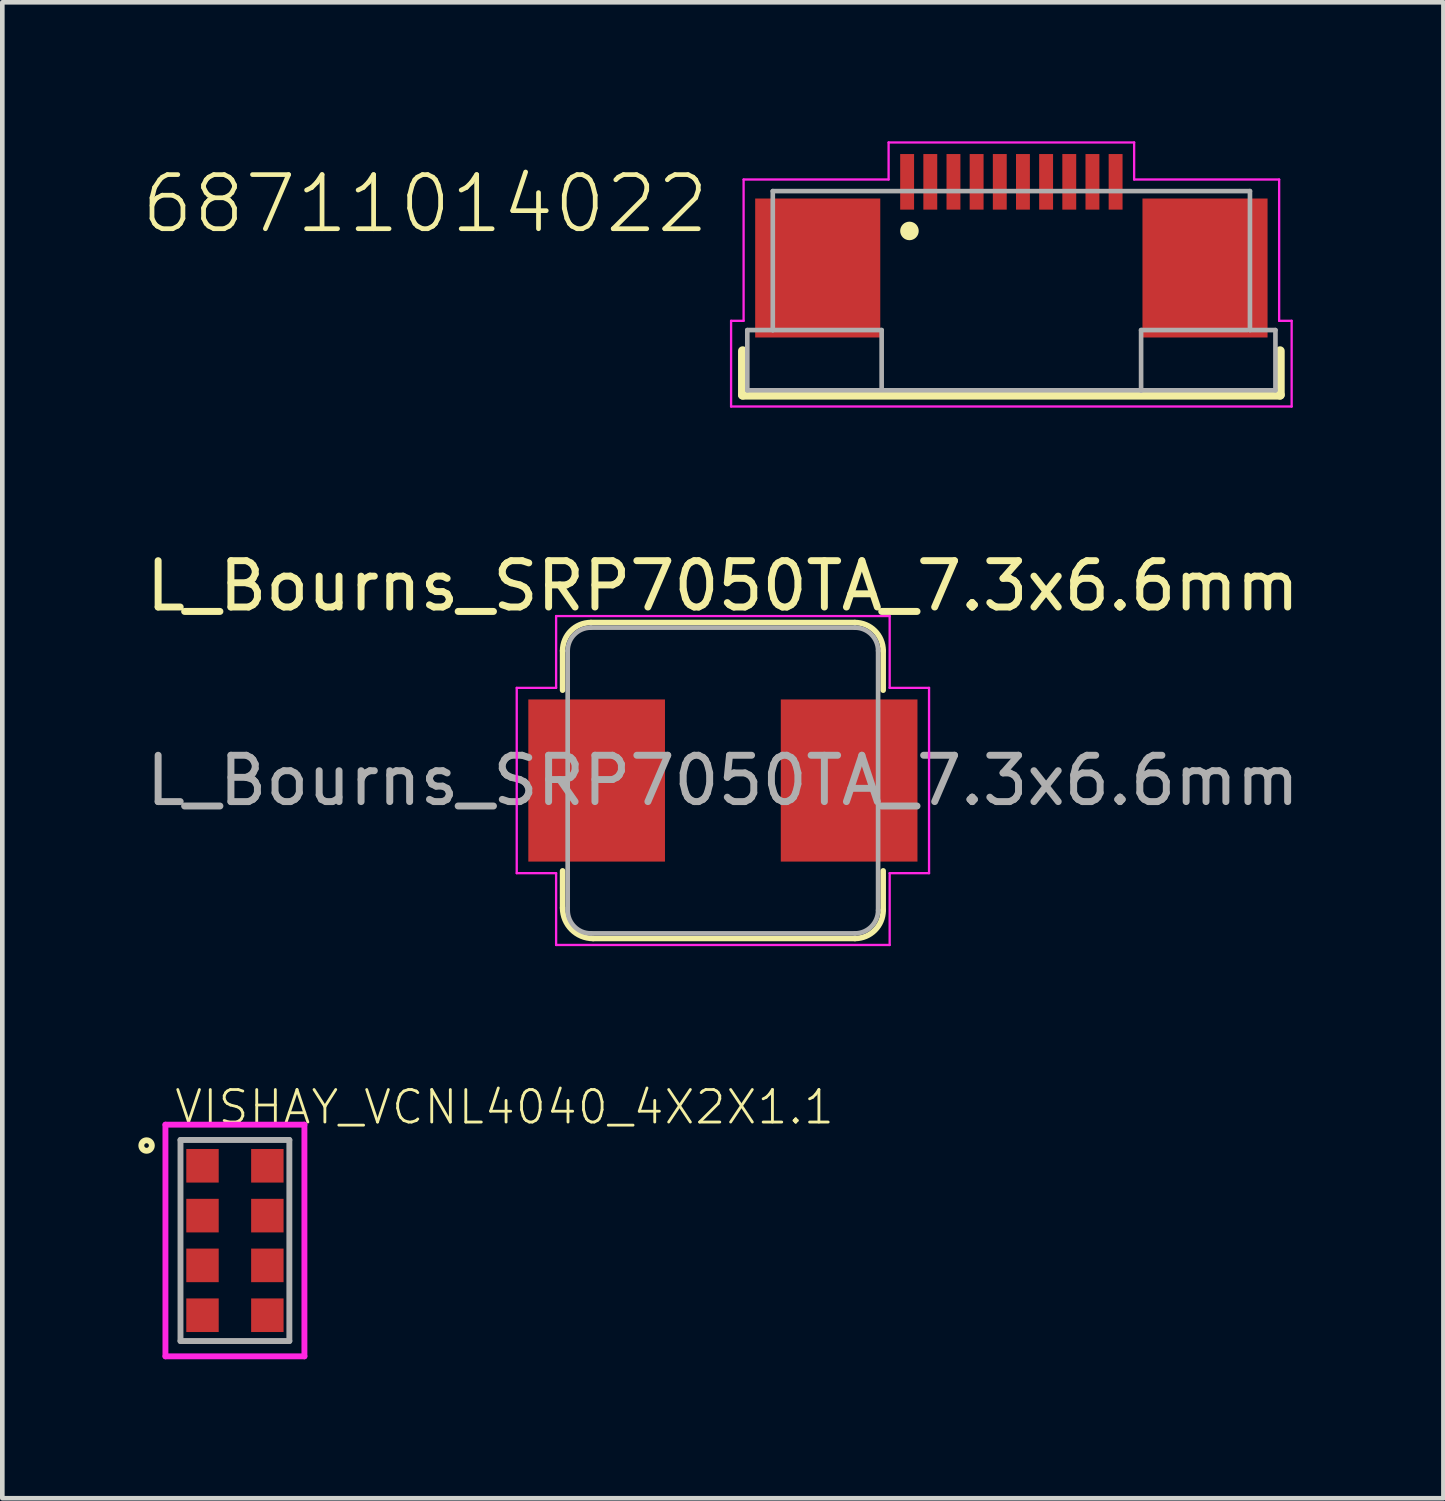
<source format=kicad_pcb>
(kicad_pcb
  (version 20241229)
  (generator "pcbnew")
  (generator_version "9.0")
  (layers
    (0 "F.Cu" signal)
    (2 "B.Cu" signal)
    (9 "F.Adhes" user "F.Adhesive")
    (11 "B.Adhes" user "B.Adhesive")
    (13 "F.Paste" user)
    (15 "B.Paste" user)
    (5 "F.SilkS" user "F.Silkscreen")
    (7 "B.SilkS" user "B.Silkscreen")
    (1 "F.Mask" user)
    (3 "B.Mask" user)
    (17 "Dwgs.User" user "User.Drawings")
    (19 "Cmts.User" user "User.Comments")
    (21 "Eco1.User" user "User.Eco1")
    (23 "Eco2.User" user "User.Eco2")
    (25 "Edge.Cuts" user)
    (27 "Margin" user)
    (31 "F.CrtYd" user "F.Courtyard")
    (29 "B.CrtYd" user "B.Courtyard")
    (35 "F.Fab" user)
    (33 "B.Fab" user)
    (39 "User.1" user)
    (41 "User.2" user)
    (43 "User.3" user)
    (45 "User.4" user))
  (footprint "VISHAY_VCNL4040_4X2X1.1"
    (layer "F.Cu")
    (at 2.021 23.727)
    (property "Reference" "VISHAY_VCNL4040_4X2X1.1" (at -1.341 -2.468 0) (unlocked yes) (layer "F.SilkS") (effects (font (size 0.702 0.702) (thickness 0.061)) (justify left bottom)))
    (fp_circle (center -1.907 -2.05) (end -1.857 -2.05) (stroke (width 0.127) (type solid)) (fill no) (layer "F.SilkS"))
    (fp_line (start -1.5 -2.5) (end 1.5 -2.5) (stroke (width 0.127) (type solid)) (layer "F.CrtYd"))
    (fp_line (start -1.5 2.5) (end -1.5 -2.5) (stroke (width 0.127) (type solid)) (layer "F.CrtYd"))
    (fp_line (start 1.5 -2.5) (end 1.5 2.5) (stroke (width 0.127) (type solid)) (layer "F.CrtYd"))
    (fp_line (start 1.5 2.5) (end -1.5 2.5) (stroke (width 0.127) (type solid)) (layer "F.CrtYd"))
    (fp_line (start -1.175 -2.17) (end 1.175 -2.17) (stroke (width 0.127) (type solid)) (layer "F.Fab"))
    (fp_line (start -1.175 2.17) (end -1.175 -2.17) (stroke (width 0.127) (type solid)) (layer "F.Fab"))
    (fp_line (start 1.175 -2.17) (end 1.175 2.17) (stroke (width 0.127) (type solid)) (layer "F.Fab"))
    (fp_line (start 1.175 2.17) (end -1.175 2.17) (stroke (width 0.127) (type solid)) (layer "F.Fab"))
    (pad "1" smd rect (at -0.7 -1.613) (size 0.7 0.725) (layers "F.Cu" "F.Mask" "F.Paste"))
    (pad "2" smd rect (at -0.7 -0.537) (size 0.7 0.725) (layers "F.Cu" "F.Mask" "F.Paste"))
    (pad "3" smd rect (at -0.7 0.537) (size 0.7 0.725) (layers "F.Cu" "F.Mask" "F.Paste"))
    (pad "4" smd rect (at -0.7 1.613) (size 0.7 0.725) (layers "F.Cu" "F.Mask" "F.Paste"))
    (pad "5" smd rect (at 0.7 1.613) (size 0.7 0.725) (layers "F.Cu" "F.Mask" "F.Paste"))
    (pad "6" smd rect (at 0.7 0.537) (size 0.7 0.725) (layers "F.Cu" "F.Mask" "F.Paste"))
    (pad "7" smd rect (at 0.7 -0.537) (size 0.7 0.725) (layers "F.Cu" "F.Mask" "F.Paste"))
    (pad "8" smd rect (at 0.7 -1.613) (size 0.7 0.725) (layers "F.Cu" "F.Mask" "F.Paste")))
  (footprint "L_Bourns_SRP7050TA_7.3x6.6mm"
    (layer "F.Cu")
    (at 12.554 13.798)
    (property "Reference" "L_Bourns_SRP7050TA_7.3x6.6mm" (at 0 -4.2 0) (layer "F.SilkS") (effects (font (size 1 1) (thickness 0.15))))
    (attr smd)
    (fp_line (start -3.46 -1.95) (end -3.46 -2.8) (stroke (width 0.12) (type solid)) (layer "F.SilkS"))
    (fp_line (start -3.46 2.75) (end -3.46 1.95) (stroke (width 0.12) (type solid)) (layer "F.SilkS"))
    (fp_line (start -2.85 -3.41) (end 2.85 -3.41) (stroke (width 0.12) (type solid)) (layer "F.SilkS"))
    (fp_line (start 2.85 3.41) (end -2.8 3.41) (stroke (width 0.12) (type solid)) (layer "F.SilkS"))
    (fp_line (start 3.46 -2.8) (end 3.46 -1.95) (stroke (width 0.12) (type solid)) (layer "F.SilkS"))
    (fp_line (start 3.46 1.95) (end 3.46 2.8) (stroke (width 0.12) (type solid)) (layer "F.SilkS"))
    (fp_arc (start -3.46 -2.8) (mid -3.281335 -3.231335) (end -2.85 -3.41) (stroke (width 0.12) (type solid)) (layer "F.SilkS"))
    (fp_arc (start -2.8 3.41) (mid -3.26669 3.21669) (end -3.46 2.75) (stroke (width 0.12) (type solid)) (layer "F.SilkS"))
    (fp_arc (start 2.85 -3.41) (mid 3.281335 -3.231335) (end 3.46 -2.8) (stroke (width 0.12) (type solid)) (layer "F.SilkS"))
    (fp_arc (start 3.46 2.8) (mid 3.281335 3.231335) (end 2.85 3.41) (stroke (width 0.12) (type solid)) (layer "F.SilkS"))
    (fp_line (start -4.45 -2) (end -3.6 -2) (stroke (width 0.05) (type solid)) (layer "F.CrtYd"))
    (fp_line (start -4.45 2) (end -4.45 -2) (stroke (width 0.05) (type solid)) (layer "F.CrtYd"))
    (fp_line (start -3.6 -3.55) (end 3.6 -3.55) (stroke (width 0.05) (type solid)) (layer "F.CrtYd"))
    (fp_line (start -3.6 -2) (end -3.6 -3.55) (stroke (width 0.05) (type solid)) (layer "F.CrtYd"))
    (fp_line (start -3.6 2) (end -4.45 2) (stroke (width 0.05) (type solid)) (layer "F.CrtYd"))
    (fp_line (start -3.6 3.55) (end -3.6 2) (stroke (width 0.05) (type solid)) (layer "F.CrtYd"))
    (fp_line (start 3.6 -3.55) (end 3.6 -2) (stroke (width 0.05) (type solid)) (layer "F.CrtYd"))
    (fp_line (start 3.6 -2) (end 4.45 -2) (stroke (width 0.05) (type solid)) (layer "F.CrtYd"))
    (fp_line (start 3.6 2) (end 3.6 3.55) (stroke (width 0.05) (type solid)) (layer "F.CrtYd"))
    (fp_line (start 3.6 3.55) (end -3.6 3.55) (stroke (width 0.05) (type solid)) (layer "F.CrtYd"))
    (fp_line (start 4.45 -2) (end 4.45 2) (stroke (width 0.05) (type solid)) (layer "F.CrtYd"))
    (fp_line (start 4.45 2) (end 3.6 2) (stroke (width 0.05) (type solid)) (layer "F.CrtYd"))
    (fp_line (start -3.35 2.8) (end -3.35 -2.8) (stroke (width 0.1) (type solid)) (layer "F.Fab"))
    (fp_line (start -2.85 -3.3) (end 2.85 -3.3) (stroke (width 0.1) (type solid)) (layer "F.Fab"))
    (fp_line (start 2.85 3.3) (end -2.85 3.3) (stroke (width 0.1) (type solid)) (layer "F.Fab"))
    (fp_line (start 3.35 -2.8) (end 3.35 2.8) (stroke (width 0.1) (type solid)) (layer "F.Fab"))
    (fp_arc (start -3.35 -2.8) (mid -3.203553 -3.153553) (end -2.85 -3.3) (stroke (width 0.1) (type solid)) (layer "F.Fab"))
    (fp_arc (start -2.85 3.3) (mid -3.203553 3.153553) (end -3.35 2.8) (stroke (width 0.1) (type solid)) (layer "F.Fab"))
    (fp_arc (start 2.85 -3.3) (mid 3.203553 -3.153553) (end 3.35 -2.8) (stroke (width 0.1) (type solid)) (layer "F.Fab"))
    (fp_arc (start 3.35 2.8) (mid 3.203553 3.153553) (end 2.85 3.3) (stroke (width 0.1) (type solid)) (layer "F.Fab"))
    (fp_text user "${REFERENCE}" (at 0 0 0) (layer "F.Fab") (effects (font (size 1 1) (thickness 0.15))))
    (pad "1" smd rect (at -2.725 0) (size 2.95 3.5) (layers "F.Cu" "F.Mask" "F.Paste"))
    (pad "2" smd rect (at 2.725 0) (size 2.95 3.5) (layers "F.Cu" "F.Mask" "F.Paste")))
  (footprint "68711014022"
    (layer "F.Cu")
    (at 18.781 3.225)
    (property "Reference" "68711014022" (at -6.469 -1.19 0) (unlocked yes) (layer "F.SilkS") (effects (font (size 1.168 1.168) (thickness 0.102)) (justify right bottom)))
    (fp_line (start -5.8 1.3) (end -5.8 2.25) (stroke (width 0.2) (type solid)) (layer "F.SilkS"))
    (fp_line (start -5.8 2.25) (end 5.8 2.25) (stroke (width 0.2) (type solid)) (layer "F.SilkS"))
    (fp_line (start 5.8 2.25) (end 5.8 1.3) (stroke (width 0.2) (type solid)) (layer "F.SilkS"))
    (fp_circle (center -2.2 -1.29) (end -2.1 -1.29) (stroke (width 0.2) (type solid)) (fill no) (layer "F.SilkS"))
    (fp_line (start -6.05 0.65) (end -5.78 0.65) (stroke (width 0.05) (type default)) (layer "F.CrtYd"))
    (fp_line (start -6.05 2.5) (end -6.05 0.65) (stroke (width 0.05) (type default)) (layer "F.CrtYd"))
    (fp_line (start -5.78 -2.4) (end -2.65 -2.4) (stroke (width 0.05) (type default)) (layer "F.CrtYd"))
    (fp_line (start -5.78 0.65) (end -5.78 -2.4) (stroke (width 0.05) (type default)) (layer "F.CrtYd"))
    (fp_line (start -2.65 -3.2) (end 2.65 -3.2) (stroke (width 0.05) (type default)) (layer "F.CrtYd"))
    (fp_line (start -2.65 -2.4) (end -2.65 -3.2) (stroke (width 0.05) (type default)) (layer "F.CrtYd"))
    (fp_line (start 2.65 -2.4) (end 2.65 -3.2) (stroke (width 0.05) (type default)) (layer "F.CrtYd"))
    (fp_line (start 2.65 -2.4) (end 5.78 -2.4) (stroke (width 0.05) (type default)) (layer "F.CrtYd"))
    (fp_line (start 5.78 0.65) (end 5.78 -2.4) (stroke (width 0.05) (type default)) (layer "F.CrtYd"))
    (fp_line (start 6.05 0.65) (end 5.78 0.65) (stroke (width 0.05) (type default)) (layer "F.CrtYd"))
    (fp_line (start 6.05 0.65) (end 6.05 2.5) (stroke (width 0.05) (type default)) (layer "F.CrtYd"))
    (fp_line (start 6.05 2.5) (end -6.05 2.5) (stroke (width 0.05) (type default)) (layer "F.CrtYd"))
    (fp_line (start -5.7 2.15) (end -5.7 0.85) (stroke (width 0.1) (type solid)) (layer "F.Fab"))
    (fp_line (start -5.7 2.15) (end 2.8 2.15) (stroke (width 0.1) (type solid)) (layer "F.Fab"))
    (fp_line (start -5.15 -2.15) (end -5.15 0.85) (stroke (width 0.1) (type solid)) (layer "F.Fab"))
    (fp_line (start -5.15 -2.15) (end 5.15 -2.15) (stroke (width 0.1) (type solid)) (layer "F.Fab"))
    (fp_line (start -5.15 0.85) (end -5.7 0.85) (stroke (width 0.1) (type solid)) (layer "F.Fab"))
    (fp_line (start -5.15 0.85) (end -2.8 0.85) (stroke (width 0.1) (type solid)) (layer "F.Fab"))
    (fp_line (start -2.8 0.85) (end -2.8 2.1) (stroke (width 0.1) (type solid)) (layer "F.Fab"))
    (fp_line (start 2.8 0.85) (end 2.8 2.15) (stroke (width 0.1) (type solid)) (layer "F.Fab"))
    (fp_line (start 2.8 2.15) (end 5.7 2.15) (stroke (width 0.1) (type solid)) (layer "F.Fab"))
    (fp_line (start 5.1 0.85) (end 2.8 0.85) (stroke (width 0.1) (type solid)) (layer "F.Fab"))
    (fp_line (start 5.15 -2.15) (end 5.15 0.85) (stroke (width 0.1) (type solid)) (layer "F.Fab"))
    (fp_line (start 5.15 0.85) (end 5.7 0.85) (stroke (width 0.1) (type solid)) (layer "F.Fab"))
    (fp_line (start 5.7 0.85) (end 5.7 2.15) (stroke (width 0.1) (type solid)) (layer "F.Fab"))
    (pad "1" smd rect (at -2.25 -2.35) (size 0.3 1.2) (layers "F.Cu" "F.Mask" "F.Paste"))
    (pad "2" smd rect (at -1.75 -2.35) (size 0.3 1.2) (layers "F.Cu" "F.Mask" "F.Paste"))
    (pad "3" smd rect (at -1.25 -2.35) (size 0.3 1.2) (layers "F.Cu" "F.Mask" "F.Paste"))
    (pad "4" smd rect (at -0.75 -2.35) (size 0.3 1.2) (layers "F.Cu" "F.Mask" "F.Paste"))
    (pad "5" smd rect (at -0.25 -2.35) (size 0.3 1.2) (layers "F.Cu" "F.Mask" "F.Paste"))
    (pad "6" smd rect (at 0.25 -2.35) (size 0.3 1.2) (layers "F.Cu" "F.Mask" "F.Paste"))
    (pad "7" smd rect (at 0.75 -2.35) (size 0.3 1.2) (layers "F.Cu" "F.Mask" "F.Paste"))
    (pad "8" smd rect (at 1.25 -2.35) (size 0.3 1.2) (layers "F.Cu" "F.Mask" "F.Paste"))
    (pad "9" smd rect (at 1.75 -2.35) (size 0.3 1.2) (layers "F.Cu" "F.Mask" "F.Paste"))
    (pad "10" smd rect (at 2.25 -2.35) (size 0.3 1.2) (layers "F.Cu" "F.Mask" "F.Paste"))
    (pad "Z1" smd rect (at -4.18 -0.49) (size 2.7 3) (layers "F.Cu" "F.Mask" "F.Paste"))
    (pad "Z2" smd rect (at 4.18 -0.49) (size 2.7 3) (layers "F.Cu" "F.Mask" "F.Paste")))
  (gr_rect
    (start -3 -3)
    (end 28.107 29.29)
    (stroke (width 0.1) (type default))
    (fill no)
    (layer "Edge.Cuts")))
</source>
